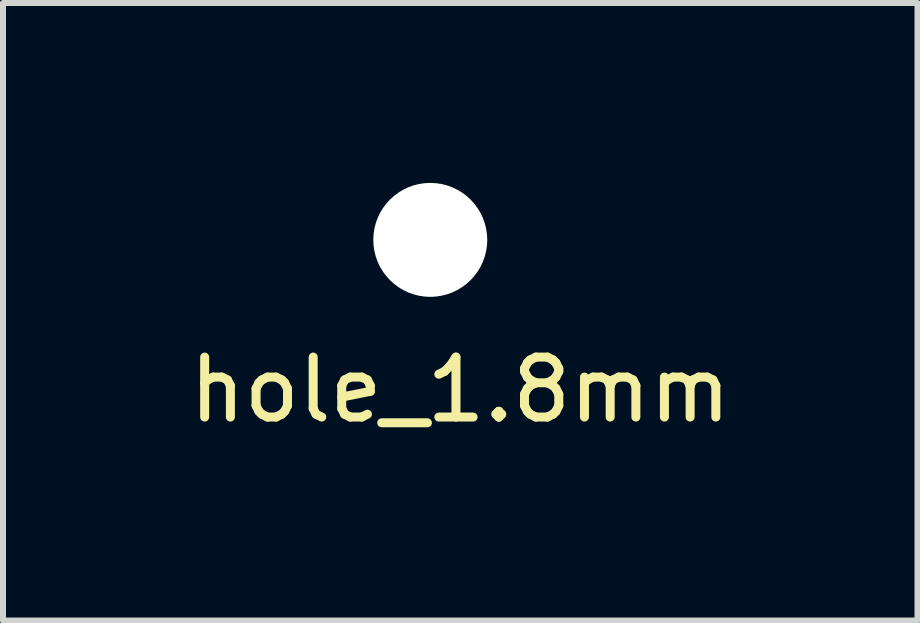
<source format=kicad_pcb>
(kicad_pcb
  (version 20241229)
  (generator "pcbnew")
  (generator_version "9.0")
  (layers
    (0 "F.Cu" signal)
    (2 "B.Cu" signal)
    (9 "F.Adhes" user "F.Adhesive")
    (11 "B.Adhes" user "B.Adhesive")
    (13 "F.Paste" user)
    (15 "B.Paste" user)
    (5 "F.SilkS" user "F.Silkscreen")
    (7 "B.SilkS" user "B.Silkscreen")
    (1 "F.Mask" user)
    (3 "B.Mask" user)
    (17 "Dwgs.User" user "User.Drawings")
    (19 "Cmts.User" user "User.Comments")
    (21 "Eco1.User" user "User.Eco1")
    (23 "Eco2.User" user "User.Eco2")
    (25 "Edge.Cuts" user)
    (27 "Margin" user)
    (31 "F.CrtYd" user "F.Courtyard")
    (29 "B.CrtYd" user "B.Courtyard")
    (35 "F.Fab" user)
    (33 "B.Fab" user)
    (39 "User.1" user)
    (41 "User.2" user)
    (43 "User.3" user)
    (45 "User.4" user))
  (footprint "hole_1.8mm"
    (layer "F.Cu")
    (at 4.125 0.95)
    (property "Reference" "hole_1.8mm" (at 0.5 2.5 0) (layer "F.SilkS") (effects (font (size 1 1) (thickness 0.15))))
    (attr through_hole)
    (pad "" np_thru_hole circle (at 0 0) (size 1.9 1.9) (drill 1.9) (layers "*.Cu" "*.Mask")))
  (gr_rect
    (start -3 -3)
    (end 12.25 7.298)
    (stroke (width 0.1) (type default))
    (fill no)
    (layer "Edge.Cuts")))
</source>
